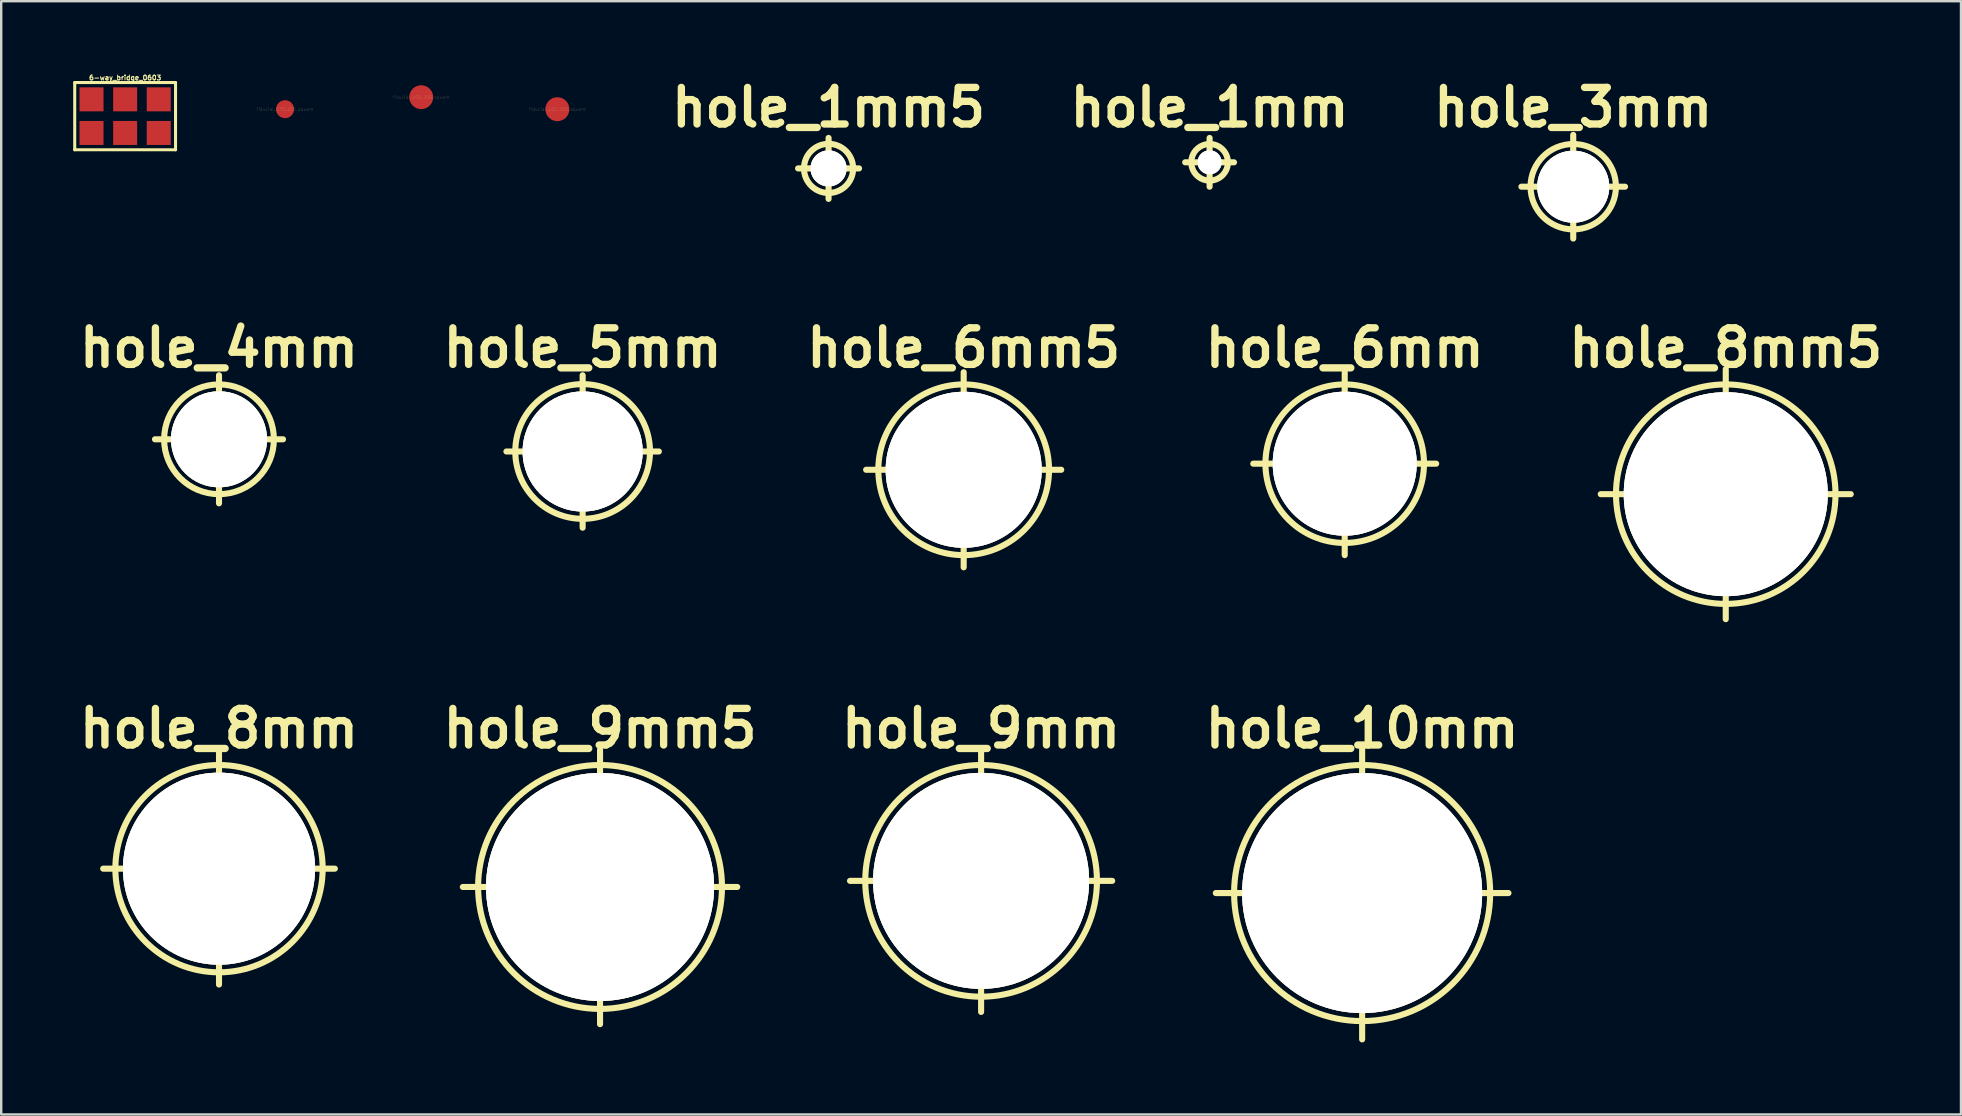
<source format=kicad_pcb>
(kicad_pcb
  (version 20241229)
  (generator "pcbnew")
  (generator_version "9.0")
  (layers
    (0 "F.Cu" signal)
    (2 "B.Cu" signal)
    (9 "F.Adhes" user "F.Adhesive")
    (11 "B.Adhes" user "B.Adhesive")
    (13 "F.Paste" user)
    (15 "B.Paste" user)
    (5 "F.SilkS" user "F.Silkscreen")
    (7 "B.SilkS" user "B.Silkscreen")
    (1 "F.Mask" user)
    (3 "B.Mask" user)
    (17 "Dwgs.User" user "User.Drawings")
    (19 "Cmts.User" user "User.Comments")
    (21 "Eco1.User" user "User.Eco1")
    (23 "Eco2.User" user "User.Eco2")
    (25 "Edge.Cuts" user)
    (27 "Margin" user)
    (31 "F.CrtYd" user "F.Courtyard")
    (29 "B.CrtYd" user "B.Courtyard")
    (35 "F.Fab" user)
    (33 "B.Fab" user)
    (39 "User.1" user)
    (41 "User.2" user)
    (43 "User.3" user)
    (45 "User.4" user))
  (footprint "hole_1mm"
    (layer "F.Cu")
    (at 47.342 3.712)
    (property "Reference" "hole_1mm" (at 0 -2.286 0) (layer "F.SilkS") (effects (font (size 1.524 1.524) (thickness 0.305))))
    (attr exclude_from_pos_files exclude_from_bom)
    (fp_line (start -1.016 0) (end 1.016 0) (stroke (width 0.254) (type solid)) (layer "F.SilkS"))
    (fp_line (start 0 -1.016) (end 0 1.016) (stroke (width 0.254) (type solid)) (layer "F.SilkS"))
    (fp_circle (center 0 0) (end 0.762 0) (stroke (width 0.254) (type solid)) (fill no) (layer "F.SilkS"))
    (pad "1" thru_hole circle (at 0 0) (size 1.001 1.001) (drill 1.001) (layers "*.Cu" "F.SilkS")))
  (footprint "fiducial_100_300_square"
    (layer "F.Cu")
    (at 20.17 1.499)
    (property "Reference" "fiducial_100_300_square" (at 0 0 0) (layer "F.SilkS") (effects (font (size 0.127 0.127) (thickness 0.003))))
    (attr exclude_from_pos_files exclude_from_bom)
    (pad "" smd rect (at 0 0) (size 2.997 2.997) (layers "F.Mask"))
    (pad "1" smd circle (at 0 0) (size 0.998 0.998) (layers "F.Cu" "F.Mask")))
  (footprint "hole_9mm5"
    (layer "F.Cu")
    (at 21.948 33.901)
    (property "Reference" "hole_9mm5" (at 0 -6.604 0) (layer "F.SilkS") (effects (font (size 1.524 1.524) (thickness 0.305))))
    (attr exclude_from_pos_files exclude_from_bom)
    (fp_line (start -5.715 0) (end 5.715 0) (stroke (width 0.254) (type solid)) (layer "F.SilkS"))
    (fp_line (start 0 -5.715) (end 0 5.715) (stroke (width 0.254) (type solid)) (layer "F.SilkS"))
    (fp_circle (center 0 0) (end 5.08 0) (stroke (width 0.254) (type solid)) (fill no) (layer "F.SilkS"))
    (pad "1" thru_hole circle (at 0 0) (size 9.5 9.5) (drill 9.5) (layers "*.Cu" "F.SilkS")))
  (footprint "hole_10mm"
    (layer "F.Cu")
    (at 53.697 34.155)
    (property "Reference" "hole_10mm" (at 0 -6.858 0) (layer "F.SilkS") (effects (font (size 1.524 1.524) (thickness 0.305))))
    (attr exclude_from_pos_files exclude_from_bom)
    (fp_line (start -6.096 0) (end 6.096 0) (stroke (width 0.254) (type solid)) (layer "F.SilkS"))
    (fp_line (start 0 -6.096) (end 0 6.096) (stroke (width 0.254) (type solid)) (layer "F.SilkS"))
    (fp_circle (center 0 0) (end 5.334 0) (stroke (width 0.254) (type solid)) (fill no) (layer "F.SilkS"))
    (pad "1" thru_hole circle (at 0 0) (size 10 10) (drill 10) (layers "*.Cu" "F.SilkS")))
  (footprint "hole_3mm"
    (layer "F.Cu")
    (at 62.491 4.728)
    (property "Reference" "hole_3mm" (at 0 -3.302 0) (layer "F.SilkS") (effects (font (size 1.524 1.524) (thickness 0.305))))
    (attr exclude_from_pos_files exclude_from_bom)
    (fp_line (start -2.159 0) (end 2.159 0) (stroke (width 0.254) (type solid)) (layer "F.SilkS"))
    (fp_line (start 0 -2.159) (end 0 2.159) (stroke (width 0.254) (type solid)) (layer "F.SilkS"))
    (fp_circle (center 0 0) (end 1.778 0) (stroke (width 0.254) (type solid)) (fill no) (layer "F.SilkS"))
    (pad "1" thru_hole circle (at 0 0) (size 3 3) (drill 3) (layers "*.Cu" "F.SilkS")))
  (footprint "hole_9mm"
    (layer "F.Cu")
    (at 37.823 33.647)
    (property "Reference" "hole_9mm" (at 0 -6.35 0) (layer "F.SilkS") (effects (font (size 1.524 1.524) (thickness 0.305))))
    (attr exclude_from_pos_files exclude_from_bom)
    (fp_line (start -5.461 0) (end 5.461 0) (stroke (width 0.254) (type solid)) (layer "F.SilkS"))
    (fp_line (start 0 -5.461) (end 0 5.461) (stroke (width 0.254) (type solid)) (layer "F.SilkS"))
    (fp_circle (center 0 0) (end 4.826 0) (stroke (width 0.254) (type solid)) (fill no) (layer "F.SilkS"))
    (pad "1" thru_hole circle (at 0 0) (size 8.999 8.999) (drill 8.999) (layers "*.Cu" "F.SilkS")))
  (footprint "6-way_bridge_0603"
    (layer "F.Cu")
    (at 2.163 1.789)
    (property "Reference" "6-way_bridge_0603" (at 0 -1.6 0) (layer "F.SilkS") (effects (font (size 0.201 0.201) (thickness 0.041))))
    (attr exclude_from_pos_files exclude_from_bom)
    (fp_line (start -2.1 -1.4) (end 2.1 -1.4) (stroke (width 0.127) (type solid)) (layer "F.SilkS"))
    (fp_line (start -2.1 1.4) (end -2.1 -1.4) (stroke (width 0.127) (type solid)) (layer "F.SilkS"))
    (fp_line (start 2.1 1.4) (end -2.1 1.4) (stroke (width 0.127) (type solid)) (layer "F.SilkS"))
    (fp_line (start 2.1 1.4) (end 2.1 -1.4) (stroke (width 0.127) (type solid)) (layer "F.SilkS"))
    (pad "1" smd rect (at 1.4 -0.7) (size 1 1) (layers "F.Cu" "F.Mask" "F.Paste"))
    (pad "2" smd rect (at 1.4 0.7) (size 1 1) (layers "F.Cu" "F.Mask" "F.Paste"))
    (pad "3" smd rect (at 0 -0.7) (size 1 1) (layers "F.Cu" "F.Mask" "F.Paste"))
    (pad "4" smd rect (at 0 0.7) (size 1 1) (layers "F.Cu" "F.Mask" "F.Paste"))
    (pad "5" smd rect (at -1.4 -0.7) (size 1 1) (layers "F.Cu" "F.Mask" "F.Paste"))
    (pad "6" smd rect (at -1.4 0.7) (size 1 1) (layers "F.Cu" "F.Mask" "F.Paste")))
  (footprint "fiducial_075_300_square"
    (layer "F.Cu")
    (at 8.826 1.499)
    (property "Reference" "fiducial_075_300_square" (at 0 0 0) (layer "F.SilkS") (effects (font (size 0.127 0.127) (thickness 0.003))))
    (attr exclude_from_pos_files exclude_from_bom)
    (pad "" smd rect (at 0 0) (size 2.997 2.997) (layers "F.Mask"))
    (pad "1" smd circle (at 0 0) (size 0.749 0.749) (layers "F.Cu" "F.Mask")))
  (footprint "fiducial_100_200_square"
    (layer "F.Cu")
    (at 14.498 0.999)
    (property "Reference" "fiducial_100_200_square" (at 0 0 0) (layer "F.SilkS") (effects (font (size 0.127 0.127) (thickness 0.003))))
    (attr exclude_from_pos_files exclude_from_bom)
    (pad "" smd rect (at 0 0) (size 1.999 1.999) (layers "F.Mask"))
    (pad "1" smd circle (at 0 0) (size 0.996 0.996) (layers "F.Cu" "F.Mask")))
  (footprint "hole_5mm"
    (layer "F.Cu")
    (at 21.223 15.759)
    (property "Reference" "hole_5mm" (at 0 -4.318 0) (layer "F.SilkS") (effects (font (size 1.524 1.524) (thickness 0.305))))
    (attr exclude_from_pos_files exclude_from_bom)
    (fp_line (start -3.175 0) (end 3.175 0) (stroke (width 0.254) (type solid)) (layer "F.SilkS"))
    (fp_line (start 0 -3.175) (end 0 3.175) (stroke (width 0.254) (type solid)) (layer "F.SilkS"))
    (fp_circle (center 0 0) (end 2.794 -0.254) (stroke (width 0.254) (type solid)) (fill no) (layer "F.SilkS"))
    (pad "1" thru_hole circle (at 0 0) (size 5.001 5.001) (drill 5.001) (layers "*.Cu" "F.SilkS")))
  (footprint "hole_6mm"
    (layer "F.Cu")
    (at 52.971 16.267)
    (property "Reference" "hole_6mm" (at 0 -4.826 0) (layer "F.SilkS") (effects (font (size 1.524 1.524) (thickness 0.305))))
    (attr exclude_from_pos_files exclude_from_bom)
    (fp_line (start -3.81 0) (end 3.81 0) (stroke (width 0.254) (type solid)) (layer "F.SilkS"))
    (fp_line (start 0 -3.81) (end 0 3.81) (stroke (width 0.254) (type solid)) (layer "F.SilkS"))
    (fp_circle (center 0 0) (end 3.302 0) (stroke (width 0.254) (type solid)) (fill no) (layer "F.SilkS"))
    (pad "1" thru_hole circle (at 0 0) (size 5.999 5.999) (drill 5.999) (layers "*.Cu" "F.SilkS")))
  (footprint "hole_4mm"
    (layer "F.Cu")
    (at 6.074 15.251)
    (property "Reference" "hole_4mm" (at 0 -3.81 0) (layer "F.SilkS") (effects (font (size 1.524 1.524) (thickness 0.305))))
    (attr exclude_from_pos_files exclude_from_bom)
    (fp_line (start -2.667 0) (end 2.667 0) (stroke (width 0.254) (type solid)) (layer "F.SilkS"))
    (fp_line (start 0 -2.667) (end 0 2.667) (stroke (width 0.254) (type solid)) (layer "F.SilkS"))
    (fp_circle (center 0 0) (end 2.286 0) (stroke (width 0.254) (type solid)) (fill no) (layer "F.SilkS"))
    (pad "1" thru_hole circle (at 0 0) (size 4 4) (drill 4) (layers "*.Cu" "F.SilkS")))
  (footprint "hole_8mm5"
    (layer "F.Cu")
    (at 68.845 17.537)
    (property "Reference" "hole_8mm5" (at 0 -6.096 0) (layer "F.SilkS") (effects (font (size 1.524 1.524) (thickness 0.305))))
    (attr exclude_from_pos_files exclude_from_bom)
    (fp_line (start -5.207 0) (end 5.207 0) (stroke (width 0.254) (type solid)) (layer "F.SilkS"))
    (fp_line (start 0 5.207) (end 0 -5.207) (stroke (width 0.254) (type solid)) (layer "F.SilkS"))
    (fp_circle (center 0 0) (end 4.572 0) (stroke (width 0.254) (type solid)) (fill no) (layer "F.SilkS"))
    (pad "1" thru_hole circle (at 0 0) (size 8.499 8.499) (drill 8.499) (layers "*.Cu" "F.SilkS")))
  (footprint "hole_6mm5"
    (layer "F.Cu")
    (at 37.097 16.521)
    (property "Reference" "hole_6mm5" (at 0 -5.08 0) (layer "F.SilkS") (effects (font (size 1.524 1.524) (thickness 0.305))))
    (attr exclude_from_pos_files exclude_from_bom)
    (fp_line (start -4.064 0) (end 4.064 0) (stroke (width 0.254) (type solid)) (layer "F.SilkS"))
    (fp_line (start 0 -4.064) (end 0 4.064) (stroke (width 0.254) (type solid)) (layer "F.SilkS"))
    (fp_circle (center 0 0) (end 3.556 0) (stroke (width 0.254) (type solid)) (fill no) (layer "F.SilkS"))
    (pad "1" thru_hole circle (at 0 0) (size 6.5 6.5) (drill 6.5) (layers "*.Cu" "F.SilkS")))
  (footprint "hole_8mm"
    (layer "F.Cu")
    (at 6.074 33.139)
    (property "Reference" "hole_8mm" (at 0 -5.842 0) (layer "F.SilkS") (effects (font (size 1.524 1.524) (thickness 0.305))))
    (attr exclude_from_pos_files exclude_from_bom)
    (fp_line (start -4.826 0) (end 4.826 0) (stroke (width 0.254) (type solid)) (layer "F.SilkS"))
    (fp_line (start 0 -4.826) (end 0 4.826) (stroke (width 0.254) (type solid)) (layer "F.SilkS"))
    (fp_circle (center 0 0) (end -4.318 0) (stroke (width 0.254) (type solid)) (fill no) (layer "F.SilkS"))
    (pad "1" thru_hole circle (at 0 0) (size 8.001 8.001) (drill 8.001) (layers "*.Cu" "F.SilkS")))
  (footprint "hole_1mm5"
    (layer "F.Cu")
    (at 31.468 3.966)
    (property "Reference" "hole_1mm5" (at 0 -2.54 0) (layer "F.SilkS") (effects (font (size 1.524 1.524) (thickness 0.305))))
    (attr exclude_from_pos_files exclude_from_bom)
    (fp_line (start -1.27 0) (end 1.27 0) (stroke (width 0.254) (type solid)) (layer "F.SilkS"))
    (fp_line (start 0 -1.27) (end 0 1.27) (stroke (width 0.254) (type solid)) (layer "F.SilkS"))
    (fp_circle (center 0 0) (end 1.016 -0.127) (stroke (width 0.254) (type solid)) (fill no) (layer "F.SilkS"))
    (pad "1" thru_hole circle (at 0 0) (size 1.501 1.501) (drill 1.501) (layers "*.Cu" "F.SilkS")))
  (gr_rect
    (start -3 -3)
    (end 78.645 43.378)
    (stroke (width 0.1) (type default))
    (fill no)
    (layer "Edge.Cuts")))
</source>
